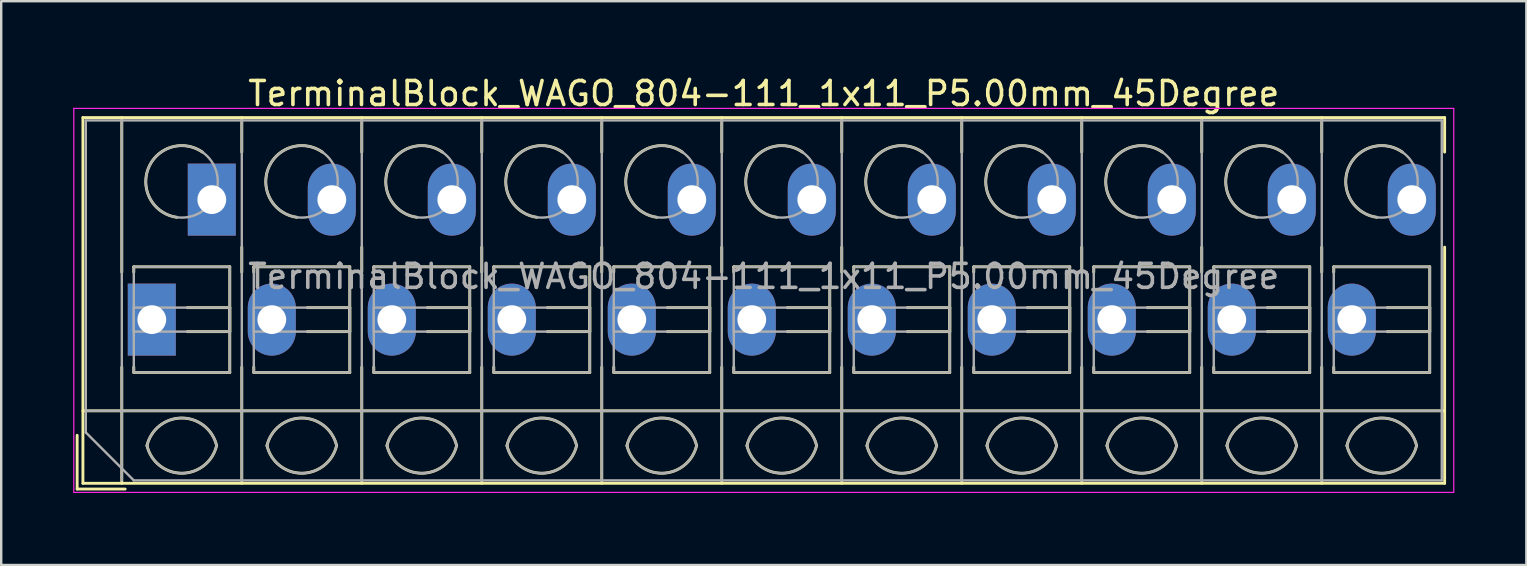
<source format=kicad_pcb>
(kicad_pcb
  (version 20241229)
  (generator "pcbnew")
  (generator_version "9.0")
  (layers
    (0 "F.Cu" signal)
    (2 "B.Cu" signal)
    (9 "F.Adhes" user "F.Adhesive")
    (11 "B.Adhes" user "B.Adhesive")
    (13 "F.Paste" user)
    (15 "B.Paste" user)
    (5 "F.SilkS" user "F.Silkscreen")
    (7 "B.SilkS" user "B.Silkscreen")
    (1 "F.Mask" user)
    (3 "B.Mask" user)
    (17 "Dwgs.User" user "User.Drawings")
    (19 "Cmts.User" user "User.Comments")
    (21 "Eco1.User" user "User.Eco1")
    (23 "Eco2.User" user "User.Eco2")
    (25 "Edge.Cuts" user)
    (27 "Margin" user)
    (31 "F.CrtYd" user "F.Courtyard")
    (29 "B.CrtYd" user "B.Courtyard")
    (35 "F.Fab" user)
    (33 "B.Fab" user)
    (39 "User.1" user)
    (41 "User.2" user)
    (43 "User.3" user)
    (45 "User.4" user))
  (footprint "TerminalBlock_WAGO_804-111_1x11_P5.00mm_45Degree"
    (layer "F.Cu")
    (at 3.275 10.268)
    (property "Reference" "TerminalBlock_WAGO_804-111_1x11_P5.00mm_45Degree" (at 25.5 -9.42 0) (layer "F.SilkS") (effects (font (size 1 1) (thickness 0.15))))
    (attr through_hole)
    (fp_line (start -3.11 4.82) (end -3.11 7.06) (stroke (width 0.12) (type solid)) (layer "F.SilkS"))
    (fp_line (start -3.11 7.06) (end -1.11 7.06) (stroke (width 0.12) (type solid)) (layer "F.SilkS"))
    (fp_line (start -2.87 -8.42) (end -2.87 6.82) (stroke (width 0.12) (type solid)) (layer "F.SilkS"))
    (fp_line (start -2.87 -8.42) (end 53.87 -8.42) (stroke (width 0.12) (type solid)) (layer "F.SilkS"))
    (fp_line (start -2.87 3.8) (end 53.87 3.8) (stroke (width 0.12) (type solid)) (layer "F.SilkS"))
    (fp_line (start -2.87 6.82) (end 53.87 6.82) (stroke (width 0.12) (type solid)) (layer "F.SilkS"))
    (fp_line (start -1.25 -8.42) (end -1.25 -1.98) (stroke (width 0.12) (type solid)) (layer "F.SilkS"))
    (fp_line (start -1.25 1.98) (end -1.25 6.82) (stroke (width 0.12) (type solid)) (layer "F.SilkS"))
    (fp_line (start -0.75 -2.2) (end -0.75 -1.98) (stroke (width 0.12) (type solid)) (layer "F.SilkS"))
    (fp_line (start -0.75 -2.2) (end 3.25 -2.2) (stroke (width 0.12) (type solid)) (layer "F.SilkS"))
    (fp_line (start -0.75 1.98) (end -0.75 2.2) (stroke (width 0.12) (type solid)) (layer "F.SilkS"))
    (fp_line (start -0.75 2.2) (end 3.25 2.2) (stroke (width 0.12) (type solid)) (layer "F.SilkS"))
    (fp_line (start 1.48 -0.5) (end 3.25 -0.5) (stroke (width 0.12) (type solid)) (layer "F.SilkS"))
    (fp_line (start 1.48 0.5) (end 3.25 0.5) (stroke (width 0.12) (type solid)) (layer "F.SilkS"))
    (fp_line (start 3.25 -2.2) (end 3.25 2.2) (stroke (width 0.12) (type solid)) (layer "F.SilkS"))
    (fp_line (start 3.25 -0.5) (end 3.25 0.5) (stroke (width 0.12) (type solid)) (layer "F.SilkS"))
    (fp_line (start 3.75 -8.42) (end 3.75 -6.98) (stroke (width 0.12) (type solid)) (layer "F.SilkS"))
    (fp_line (start 3.75 -3.02) (end 3.75 -1.98) (stroke (width 0.12) (type solid)) (layer "F.SilkS"))
    (fp_line (start 3.75 1.98) (end 3.75 6.82) (stroke (width 0.12) (type solid)) (layer "F.SilkS"))
    (fp_line (start 4.25 -2.2) (end 4.25 -1.98) (stroke (width 0.12) (type solid)) (layer "F.SilkS"))
    (fp_line (start 4.25 -2.2) (end 8.25 -2.2) (stroke (width 0.12) (type solid)) (layer "F.SilkS"))
    (fp_line (start 4.25 1.98) (end 4.25 2.2) (stroke (width 0.12) (type solid)) (layer "F.SilkS"))
    (fp_line (start 4.25 2.2) (end 8.25 2.2) (stroke (width 0.12) (type solid)) (layer "F.SilkS"))
    (fp_line (start 6.48 -0.5) (end 8.25 -0.5) (stroke (width 0.12) (type solid)) (layer "F.SilkS"))
    (fp_line (start 6.48 0.5) (end 8.25 0.5) (stroke (width 0.12) (type solid)) (layer "F.SilkS"))
    (fp_line (start 8.25 -2.2) (end 8.25 2.2) (stroke (width 0.12) (type solid)) (layer "F.SilkS"))
    (fp_line (start 8.25 -0.5) (end 8.25 0.5) (stroke (width 0.12) (type solid)) (layer "F.SilkS"))
    (fp_line (start 8.75 -8.42) (end 8.75 -6.98) (stroke (width 0.12) (type solid)) (layer "F.SilkS"))
    (fp_line (start 8.75 -3.02) (end 8.75 -1.98) (stroke (width 0.12) (type solid)) (layer "F.SilkS"))
    (fp_line (start 8.75 1.98) (end 8.75 6.82) (stroke (width 0.12) (type solid)) (layer "F.SilkS"))
    (fp_line (start 9.25 -2.2) (end 9.25 -1.98) (stroke (width 0.12) (type solid)) (layer "F.SilkS"))
    (fp_line (start 9.25 -2.2) (end 13.25 -2.2) (stroke (width 0.12) (type solid)) (layer "F.SilkS"))
    (fp_line (start 9.25 1.98) (end 9.25 2.2) (stroke (width 0.12) (type solid)) (layer "F.SilkS"))
    (fp_line (start 9.25 2.2) (end 13.25 2.2) (stroke (width 0.12) (type solid)) (layer "F.SilkS"))
    (fp_line (start 11.48 -0.5) (end 13.25 -0.5) (stroke (width 0.12) (type solid)) (layer "F.SilkS"))
    (fp_line (start 11.48 0.5) (end 13.25 0.5) (stroke (width 0.12) (type solid)) (layer "F.SilkS"))
    (fp_line (start 13.25 -2.2) (end 13.25 2.2) (stroke (width 0.12) (type solid)) (layer "F.SilkS"))
    (fp_line (start 13.25 -0.5) (end 13.25 0.5) (stroke (width 0.12) (type solid)) (layer "F.SilkS"))
    (fp_line (start 13.75 -8.42) (end 13.75 -6.98) (stroke (width 0.12) (type solid)) (layer "F.SilkS"))
    (fp_line (start 13.75 -3.02) (end 13.75 -1.98) (stroke (width 0.12) (type solid)) (layer "F.SilkS"))
    (fp_line (start 13.75 1.98) (end 13.75 6.82) (stroke (width 0.12) (type solid)) (layer "F.SilkS"))
    (fp_line (start 14.25 -2.2) (end 14.25 -1.98) (stroke (width 0.12) (type solid)) (layer "F.SilkS"))
    (fp_line (start 14.25 -2.2) (end 18.25 -2.2) (stroke (width 0.12) (type solid)) (layer "F.SilkS"))
    (fp_line (start 14.25 1.98) (end 14.25 2.2) (stroke (width 0.12) (type solid)) (layer "F.SilkS"))
    (fp_line (start 14.25 2.2) (end 18.25 2.2) (stroke (width 0.12) (type solid)) (layer "F.SilkS"))
    (fp_line (start 16.48 -0.5) (end 18.25 -0.5) (stroke (width 0.12) (type solid)) (layer "F.SilkS"))
    (fp_line (start 16.48 0.5) (end 18.25 0.5) (stroke (width 0.12) (type solid)) (layer "F.SilkS"))
    (fp_line (start 18.25 -2.2) (end 18.25 2.2) (stroke (width 0.12) (type solid)) (layer "F.SilkS"))
    (fp_line (start 18.25 -0.5) (end 18.25 0.5) (stroke (width 0.12) (type solid)) (layer "F.SilkS"))
    (fp_line (start 18.75 -8.42) (end 18.75 -6.98) (stroke (width 0.12) (type solid)) (layer "F.SilkS"))
    (fp_line (start 18.75 -3.02) (end 18.75 -1.98) (stroke (width 0.12) (type solid)) (layer "F.SilkS"))
    (fp_line (start 18.75 1.98) (end 18.75 6.82) (stroke (width 0.12) (type solid)) (layer "F.SilkS"))
    (fp_line (start 19.25 -2.2) (end 19.25 -1.98) (stroke (width 0.12) (type solid)) (layer "F.SilkS"))
    (fp_line (start 19.25 -2.2) (end 23.25 -2.2) (stroke (width 0.12) (type solid)) (layer "F.SilkS"))
    (fp_line (start 19.25 1.98) (end 19.25 2.2) (stroke (width 0.12) (type solid)) (layer "F.SilkS"))
    (fp_line (start 19.25 2.2) (end 23.25 2.2) (stroke (width 0.12) (type solid)) (layer "F.SilkS"))
    (fp_line (start 21.48 -0.5) (end 23.25 -0.5) (stroke (width 0.12) (type solid)) (layer "F.SilkS"))
    (fp_line (start 21.48 0.5) (end 23.25 0.5) (stroke (width 0.12) (type solid)) (layer "F.SilkS"))
    (fp_line (start 23.25 -2.2) (end 23.25 2.2) (stroke (width 0.12) (type solid)) (layer "F.SilkS"))
    (fp_line (start 23.25 -0.5) (end 23.25 0.5) (stroke (width 0.12) (type solid)) (layer "F.SilkS"))
    (fp_line (start 23.75 -8.42) (end 23.75 -6.98) (stroke (width 0.12) (type solid)) (layer "F.SilkS"))
    (fp_line (start 23.75 -3.02) (end 23.75 -1.98) (stroke (width 0.12) (type solid)) (layer "F.SilkS"))
    (fp_line (start 23.75 1.98) (end 23.75 6.82) (stroke (width 0.12) (type solid)) (layer "F.SilkS"))
    (fp_line (start 24.25 -2.2) (end 24.25 -1.98) (stroke (width 0.12) (type solid)) (layer "F.SilkS"))
    (fp_line (start 24.25 -2.2) (end 28.25 -2.2) (stroke (width 0.12) (type solid)) (layer "F.SilkS"))
    (fp_line (start 24.25 1.98) (end 24.25 2.2) (stroke (width 0.12) (type solid)) (layer "F.SilkS"))
    (fp_line (start 24.25 2.2) (end 28.25 2.2) (stroke (width 0.12) (type solid)) (layer "F.SilkS"))
    (fp_line (start 26.48 -0.5) (end 28.25 -0.5) (stroke (width 0.12) (type solid)) (layer "F.SilkS"))
    (fp_line (start 26.48 0.5) (end 28.25 0.5) (stroke (width 0.12) (type solid)) (layer "F.SilkS"))
    (fp_line (start 28.25 -2.2) (end 28.25 2.2) (stroke (width 0.12) (type solid)) (layer "F.SilkS"))
    (fp_line (start 28.25 -0.5) (end 28.25 0.5) (stroke (width 0.12) (type solid)) (layer "F.SilkS"))
    (fp_line (start 28.75 -8.42) (end 28.75 -6.98) (stroke (width 0.12) (type solid)) (layer "F.SilkS"))
    (fp_line (start 28.75 -3.02) (end 28.75 -1.98) (stroke (width 0.12) (type solid)) (layer "F.SilkS"))
    (fp_line (start 28.75 1.98) (end 28.75 6.82) (stroke (width 0.12) (type solid)) (layer "F.SilkS"))
    (fp_line (start 29.25 -2.2) (end 29.25 -1.98) (stroke (width 0.12) (type solid)) (layer "F.SilkS"))
    (fp_line (start 29.25 -2.2) (end 33.25 -2.2) (stroke (width 0.12) (type solid)) (layer "F.SilkS"))
    (fp_line (start 29.25 1.98) (end 29.25 2.2) (stroke (width 0.12) (type solid)) (layer "F.SilkS"))
    (fp_line (start 29.25 2.2) (end 33.25 2.2) (stroke (width 0.12) (type solid)) (layer "F.SilkS"))
    (fp_line (start 31.48 -0.5) (end 33.25 -0.5) (stroke (width 0.12) (type solid)) (layer "F.SilkS"))
    (fp_line (start 31.48 0.5) (end 33.25 0.5) (stroke (width 0.12) (type solid)) (layer "F.SilkS"))
    (fp_line (start 33.25 -2.2) (end 33.25 2.2) (stroke (width 0.12) (type solid)) (layer "F.SilkS"))
    (fp_line (start 33.25 -0.5) (end 33.25 0.5) (stroke (width 0.12) (type solid)) (layer "F.SilkS"))
    (fp_line (start 33.75 -8.42) (end 33.75 -6.98) (stroke (width 0.12) (type solid)) (layer "F.SilkS"))
    (fp_line (start 33.75 -3.02) (end 33.75 -1.98) (stroke (width 0.12) (type solid)) (layer "F.SilkS"))
    (fp_line (start 33.75 1.98) (end 33.75 6.82) (stroke (width 0.12) (type solid)) (layer "F.SilkS"))
    (fp_line (start 34.25 -2.2) (end 34.25 -1.98) (stroke (width 0.12) (type solid)) (layer "F.SilkS"))
    (fp_line (start 34.25 -2.2) (end 38.25 -2.2) (stroke (width 0.12) (type solid)) (layer "F.SilkS"))
    (fp_line (start 34.25 1.98) (end 34.25 2.2) (stroke (width 0.12) (type solid)) (layer "F.SilkS"))
    (fp_line (start 34.25 2.2) (end 38.25 2.2) (stroke (width 0.12) (type solid)) (layer "F.SilkS"))
    (fp_line (start 36.48 -0.5) (end 38.25 -0.5) (stroke (width 0.12) (type solid)) (layer "F.SilkS"))
    (fp_line (start 36.48 0.5) (end 38.25 0.5) (stroke (width 0.12) (type solid)) (layer "F.SilkS"))
    (fp_line (start 38.25 -2.2) (end 38.25 2.2) (stroke (width 0.12) (type solid)) (layer "F.SilkS"))
    (fp_line (start 38.25 -0.5) (end 38.25 0.5) (stroke (width 0.12) (type solid)) (layer "F.SilkS"))
    (fp_line (start 38.75 -8.42) (end 38.75 -6.98) (stroke (width 0.12) (type solid)) (layer "F.SilkS"))
    (fp_line (start 38.75 -3.02) (end 38.75 -1.98) (stroke (width 0.12) (type solid)) (layer "F.SilkS"))
    (fp_line (start 38.75 1.98) (end 38.75 6.82) (stroke (width 0.12) (type solid)) (layer "F.SilkS"))
    (fp_line (start 39.25 -2.2) (end 39.25 -1.98) (stroke (width 0.12) (type solid)) (layer "F.SilkS"))
    (fp_line (start 39.25 -2.2) (end 43.25 -2.2) (stroke (width 0.12) (type solid)) (layer "F.SilkS"))
    (fp_line (start 39.25 1.98) (end 39.25 2.2) (stroke (width 0.12) (type solid)) (layer "F.SilkS"))
    (fp_line (start 39.25 2.2) (end 43.25 2.2) (stroke (width 0.12) (type solid)) (layer "F.SilkS"))
    (fp_line (start 41.48 -0.5) (end 43.25 -0.5) (stroke (width 0.12) (type solid)) (layer "F.SilkS"))
    (fp_line (start 41.48 0.5) (end 43.25 0.5) (stroke (width 0.12) (type solid)) (layer "F.SilkS"))
    (fp_line (start 43.25 -2.2) (end 43.25 2.2) (stroke (width 0.12) (type solid)) (layer "F.SilkS"))
    (fp_line (start 43.25 -0.5) (end 43.25 0.5) (stroke (width 0.12) (type solid)) (layer "F.SilkS"))
    (fp_line (start 43.75 -8.42) (end 43.75 -6.98) (stroke (width 0.12) (type solid)) (layer "F.SilkS"))
    (fp_line (start 43.75 -3.02) (end 43.75 -1.98) (stroke (width 0.12) (type solid)) (layer "F.SilkS"))
    (fp_line (start 43.75 1.98) (end 43.75 6.82) (stroke (width 0.12) (type solid)) (layer "F.SilkS"))
    (fp_line (start 44.25 -2.2) (end 44.25 -1.98) (stroke (width 0.12) (type solid)) (layer "F.SilkS"))
    (fp_line (start 44.25 -2.2) (end 48.25 -2.2) (stroke (width 0.12) (type solid)) (layer "F.SilkS"))
    (fp_line (start 44.25 1.98) (end 44.25 2.2) (stroke (width 0.12) (type solid)) (layer "F.SilkS"))
    (fp_line (start 44.25 2.2) (end 48.25 2.2) (stroke (width 0.12) (type solid)) (layer "F.SilkS"))
    (fp_line (start 46.48 -0.5) (end 48.25 -0.5) (stroke (width 0.12) (type solid)) (layer "F.SilkS"))
    (fp_line (start 46.48 0.5) (end 48.25 0.5) (stroke (width 0.12) (type solid)) (layer "F.SilkS"))
    (fp_line (start 48.25 -2.2) (end 48.25 2.2) (stroke (width 0.12) (type solid)) (layer "F.SilkS"))
    (fp_line (start 48.25 -0.5) (end 48.25 0.5) (stroke (width 0.12) (type solid)) (layer "F.SilkS"))
    (fp_line (start 48.75 -8.42) (end 48.75 -6.98) (stroke (width 0.12) (type solid)) (layer "F.SilkS"))
    (fp_line (start 48.75 -3.02) (end 48.75 -1.98) (stroke (width 0.12) (type solid)) (layer "F.SilkS"))
    (fp_line (start 48.75 1.98) (end 48.75 6.82) (stroke (width 0.12) (type solid)) (layer "F.SilkS"))
    (fp_line (start 49.25 -2.2) (end 49.25 -1.98) (stroke (width 0.12) (type solid)) (layer "F.SilkS"))
    (fp_line (start 49.25 -2.2) (end 53.25 -2.2) (stroke (width 0.12) (type solid)) (layer "F.SilkS"))
    (fp_line (start 49.25 1.98) (end 49.25 2.2) (stroke (width 0.12) (type solid)) (layer "F.SilkS"))
    (fp_line (start 49.25 2.2) (end 53.25 2.2) (stroke (width 0.12) (type solid)) (layer "F.SilkS"))
    (fp_line (start 51.48 -0.5) (end 53.25 -0.5) (stroke (width 0.12) (type solid)) (layer "F.SilkS"))
    (fp_line (start 51.48 0.5) (end 53.25 0.5) (stroke (width 0.12) (type solid)) (layer "F.SilkS"))
    (fp_line (start 53.25 -2.2) (end 53.25 2.2) (stroke (width 0.12) (type solid)) (layer "F.SilkS"))
    (fp_line (start 53.25 -0.5) (end 53.25 0.5) (stroke (width 0.12) (type solid)) (layer "F.SilkS"))
    (fp_line (start 53.87 -8.42) (end 53.87 -6.98) (stroke (width 0.12) (type solid)) (layer "F.SilkS"))
    (fp_line (start 53.87 -3.02) (end 53.87 6.82) (stroke (width 0.12) (type solid)) (layer "F.SilkS"))
    (fp_arc (start -0.200865 5.250424) (mid 1.250296 4.099926) (end 2.701 5.251) (stroke (width 0.12) (type solid)) (layer "F.SilkS"))
    (fp_arc (start 1.040798 -4.264067) (mid -0.146039 -6.300306) (end 2.111 -6.979) (stroke (width 0.12) (type solid)) (layer "F.SilkS"))
    (fp_arc (start 2.7 5.25) (mid 1.250068 6.400101) (end -0.199969 5.250133) (stroke (width 0.12) (type solid)) (layer "F.SilkS"))
    (fp_arc (start 4.799135 5.250424) (mid 6.250296 4.099926) (end 7.701 5.251) (stroke (width 0.12) (type solid)) (layer "F.SilkS"))
    (fp_arc (start 6.040798 -4.264067) (mid 4.853961 -6.300306) (end 7.111 -6.979) (stroke (width 0.12) (type solid)) (layer "F.SilkS"))
    (fp_arc (start 7.7 5.25) (mid 6.250068 6.400101) (end 4.800031 5.250133) (stroke (width 0.12) (type solid)) (layer "F.SilkS"))
    (fp_arc (start 9.799135 5.250424) (mid 11.250296 4.099926) (end 12.701 5.251) (stroke (width 0.12) (type solid)) (layer "F.SilkS"))
    (fp_arc (start 11.040798 -4.264067) (mid 9.853961 -6.300306) (end 12.111 -6.979) (stroke (width 0.12) (type solid)) (layer "F.SilkS"))
    (fp_arc (start 12.7 5.25) (mid 11.250068 6.400101) (end 9.800031 5.250133) (stroke (width 0.12) (type solid)) (layer "F.SilkS"))
    (fp_arc (start 14.799135 5.250424) (mid 16.250296 4.099926) (end 17.701 5.251) (stroke (width 0.12) (type solid)) (layer "F.SilkS"))
    (fp_arc (start 16.040798 -4.264067) (mid 14.853961 -6.300306) (end 17.111 -6.979) (stroke (width 0.12) (type solid)) (layer "F.SilkS"))
    (fp_arc (start 17.7 5.25) (mid 16.250068 6.400101) (end 14.800031 5.250133) (stroke (width 0.12) (type solid)) (layer "F.SilkS"))
    (fp_arc (start 19.799135 5.250424) (mid 21.250296 4.099926) (end 22.701 5.251) (stroke (width 0.12) (type solid)) (layer "F.SilkS"))
    (fp_arc (start 21.040798 -4.264067) (mid 19.853961 -6.300306) (end 22.111 -6.979) (stroke (width 0.12) (type solid)) (layer "F.SilkS"))
    (fp_arc (start 22.7 5.25) (mid 21.250068 6.400101) (end 19.800031 5.250133) (stroke (width 0.12) (type solid)) (layer "F.SilkS"))
    (fp_arc (start 24.799135 5.250424) (mid 26.250296 4.099926) (end 27.701 5.251) (stroke (width 0.12) (type solid)) (layer "F.SilkS"))
    (fp_arc (start 26.040798 -4.264067) (mid 24.853961 -6.300306) (end 27.111 -6.979) (stroke (width 0.12) (type solid)) (layer "F.SilkS"))
    (fp_arc (start 27.7 5.25) (mid 26.250068 6.400101) (end 24.800031 5.250133) (stroke (width 0.12) (type solid)) (layer "F.SilkS"))
    (fp_arc (start 29.799135 5.250424) (mid 31.250296 4.099926) (end 32.701 5.251) (stroke (width 0.12) (type solid)) (layer "F.SilkS"))
    (fp_arc (start 31.040798 -4.264067) (mid 29.853961 -6.300306) (end 32.111 -6.979) (stroke (width 0.12) (type solid)) (layer "F.SilkS"))
    (fp_arc (start 32.701 5.25) (mid 31.250296 6.401074) (end 29.799135 5.250576) (stroke (width 0.12) (type solid)) (layer "F.SilkS"))
    (fp_arc (start 34.799135 5.250424) (mid 36.250296 4.099926) (end 37.701 5.251) (stroke (width 0.12) (type solid)) (layer "F.SilkS"))
    (fp_arc (start 36.040798 -4.264067) (mid 34.853961 -6.300306) (end 37.111 -6.979) (stroke (width 0.12) (type solid)) (layer "F.SilkS"))
    (fp_arc (start 37.7 5.25) (mid 36.250068 6.400101) (end 34.800031 5.250133) (stroke (width 0.12) (type solid)) (layer "F.SilkS"))
    (fp_arc (start 39.799135 5.250424) (mid 41.250296 4.099926) (end 42.701 5.251) (stroke (width 0.12) (type solid)) (layer "F.SilkS"))
    (fp_arc (start 41.040798 -4.264067) (mid 39.853961 -6.300306) (end 42.111 -6.979) (stroke (width 0.12) (type solid)) (layer "F.SilkS"))
    (fp_arc (start 42.7 5.25) (mid 41.250068 6.400101) (end 39.800031 5.250133) (stroke (width 0.12) (type solid)) (layer "F.SilkS"))
    (fp_arc (start 44.799135 5.250424) (mid 46.250296 4.099926) (end 47.701 5.251) (stroke (width 0.12) (type solid)) (layer "F.SilkS"))
    (fp_arc (start 46.040798 -4.264067) (mid 44.853961 -6.300306) (end 47.111 -6.979) (stroke (width 0.12) (type solid)) (layer "F.SilkS"))
    (fp_arc (start 47.7 5.25) (mid 46.250068 6.400101) (end 44.800031 5.250133) (stroke (width 0.12) (type solid)) (layer "F.SilkS"))
    (fp_arc (start 49.799135 5.250424) (mid 51.250296 4.099926) (end 52.701 5.251) (stroke (width 0.12) (type solid)) (layer "F.SilkS"))
    (fp_arc (start 51.040798 -4.264067) (mid 49.853961 -6.300306) (end 52.111 -6.979) (stroke (width 0.12) (type solid)) (layer "F.SilkS"))
    (fp_arc (start 52.7 5.25) (mid 51.250068 6.400101) (end 49.800031 5.250133) (stroke (width 0.12) (type solid)) (layer "F.SilkS"))
    (fp_line (start -3.25 -8.8) (end -3.25 7.2) (stroke (width 0.05) (type solid)) (layer "F.CrtYd"))
    (fp_line (start -3.25 7.2) (end 54.25 7.2) (stroke (width 0.05) (type solid)) (layer "F.CrtYd"))
    (fp_line (start 54.25 -8.8) (end -3.25 -8.8) (stroke (width 0.05) (type solid)) (layer "F.CrtYd"))
    (fp_line (start 54.25 7.2) (end 54.25 -8.8) (stroke (width 0.05) (type solid)) (layer "F.CrtYd"))
    (fp_line (start -2.75 -8.3) (end 53.75 -8.3) (stroke (width 0.1) (type solid)) (layer "F.Fab"))
    (fp_line (start -2.75 3.8) (end 53.75 3.8) (stroke (width 0.1) (type solid)) (layer "F.Fab"))
    (fp_line (start -2.75 4.7) (end -2.75 -8.3) (stroke (width 0.1) (type solid)) (layer "F.Fab"))
    (fp_line (start -1.25 -8.3) (end -1.25 6.7) (stroke (width 0.1) (type solid)) (layer "F.Fab"))
    (fp_line (start -0.75 -2.2) (end -0.75 2.2) (stroke (width 0.1) (type solid)) (layer "F.Fab"))
    (fp_line (start -0.75 -0.5) (end -0.75 0.5) (stroke (width 0.1) (type solid)) (layer "F.Fab"))
    (fp_line (start -0.75 0.5) (end 3.25 0.5) (stroke (width 0.1) (type solid)) (layer "F.Fab"))
    (fp_line (start -0.75 2.2) (end 3.25 2.2) (stroke (width 0.1) (type solid)) (layer "F.Fab"))
    (fp_line (start -0.75 6.7) (end -2.75 4.7) (stroke (width 0.1) (type solid)) (layer "F.Fab"))
    (fp_line (start 3.25 -2.2) (end -0.75 -2.2) (stroke (width 0.1) (type solid)) (layer "F.Fab"))
    (fp_line (start 3.25 -0.5) (end -0.75 -0.5) (stroke (width 0.1) (type solid)) (layer "F.Fab"))
    (fp_line (start 3.25 0.5) (end 3.25 -0.5) (stroke (width 0.1) (type solid)) (layer "F.Fab"))
    (fp_line (start 3.25 2.2) (end 3.25 -2.2) (stroke (width 0.1) (type solid)) (layer "F.Fab"))
    (fp_line (start 3.75 -8.3) (end 3.75 6.7) (stroke (width 0.1) (type solid)) (layer "F.Fab"))
    (fp_line (start 4.25 -2.2) (end 4.25 2.2) (stroke (width 0.1) (type solid)) (layer "F.Fab"))
    (fp_line (start 4.25 -0.5) (end 4.25 0.5) (stroke (width 0.1) (type solid)) (layer "F.Fab"))
    (fp_line (start 4.25 0.5) (end 8.25 0.5) (stroke (width 0.1) (type solid)) (layer "F.Fab"))
    (fp_line (start 4.25 2.2) (end 8.25 2.2) (stroke (width 0.1) (type solid)) (layer "F.Fab"))
    (fp_line (start 8.25 -2.2) (end 4.25 -2.2) (stroke (width 0.1) (type solid)) (layer "F.Fab"))
    (fp_line (start 8.25 -0.5) (end 4.25 -0.5) (stroke (width 0.1) (type solid)) (layer "F.Fab"))
    (fp_line (start 8.25 0.5) (end 8.25 -0.5) (stroke (width 0.1) (type solid)) (layer "F.Fab"))
    (fp_line (start 8.25 2.2) (end 8.25 -2.2) (stroke (width 0.1) (type solid)) (layer "F.Fab"))
    (fp_line (start 8.75 -8.3) (end 8.75 6.7) (stroke (width 0.1) (type solid)) (layer "F.Fab"))
    (fp_line (start 9.25 -2.2) (end 9.25 2.2) (stroke (width 0.1) (type solid)) (layer "F.Fab"))
    (fp_line (start 9.25 -0.5) (end 9.25 0.5) (stroke (width 0.1) (type solid)) (layer "F.Fab"))
    (fp_line (start 9.25 0.5) (end 13.25 0.5) (stroke (width 0.1) (type solid)) (layer "F.Fab"))
    (fp_line (start 9.25 2.2) (end 13.25 2.2) (stroke (width 0.1) (type solid)) (layer "F.Fab"))
    (fp_line (start 13.25 -2.2) (end 9.25 -2.2) (stroke (width 0.1) (type solid)) (layer "F.Fab"))
    (fp_line (start 13.25 -0.5) (end 9.25 -0.5) (stroke (width 0.1) (type solid)) (layer "F.Fab"))
    (fp_line (start 13.25 0.5) (end 13.25 -0.5) (stroke (width 0.1) (type solid)) (layer "F.Fab"))
    (fp_line (start 13.25 2.2) (end 13.25 -2.2) (stroke (width 0.1) (type solid)) (layer "F.Fab"))
    (fp_line (start 13.75 -8.3) (end 13.75 6.7) (stroke (width 0.1) (type solid)) (layer "F.Fab"))
    (fp_line (start 14.25 -2.2) (end 14.25 2.2) (stroke (width 0.1) (type solid)) (layer "F.Fab"))
    (fp_line (start 14.25 -0.5) (end 14.25 0.5) (stroke (width 0.1) (type solid)) (layer "F.Fab"))
    (fp_line (start 14.25 0.5) (end 18.25 0.5) (stroke (width 0.1) (type solid)) (layer "F.Fab"))
    (fp_line (start 14.25 2.2) (end 18.25 2.2) (stroke (width 0.1) (type solid)) (layer "F.Fab"))
    (fp_line (start 18.25 -2.2) (end 14.25 -2.2) (stroke (width 0.1) (type solid)) (layer "F.Fab"))
    (fp_line (start 18.25 -0.5) (end 14.25 -0.5) (stroke (width 0.1) (type solid)) (layer "F.Fab"))
    (fp_line (start 18.25 0.5) (end 18.25 -0.5) (stroke (width 0.1) (type solid)) (layer "F.Fab"))
    (fp_line (start 18.25 2.2) (end 18.25 -2.2) (stroke (width 0.1) (type solid)) (layer "F.Fab"))
    (fp_line (start 18.75 -8.3) (end 18.75 6.7) (stroke (width 0.1) (type solid)) (layer "F.Fab"))
    (fp_line (start 19.25 -2.2) (end 19.25 2.2) (stroke (width 0.1) (type solid)) (layer "F.Fab"))
    (fp_line (start 19.25 -0.5) (end 19.25 0.5) (stroke (width 0.1) (type solid)) (layer "F.Fab"))
    (fp_line (start 19.25 0.5) (end 23.25 0.5) (stroke (width 0.1) (type solid)) (layer "F.Fab"))
    (fp_line (start 19.25 2.2) (end 23.25 2.2) (stroke (width 0.1) (type solid)) (layer "F.Fab"))
    (fp_line (start 23.25 -2.2) (end 19.25 -2.2) (stroke (width 0.1) (type solid)) (layer "F.Fab"))
    (fp_line (start 23.25 -0.5) (end 19.25 -0.5) (stroke (width 0.1) (type solid)) (layer "F.Fab"))
    (fp_line (start 23.25 0.5) (end 23.25 -0.5) (stroke (width 0.1) (type solid)) (layer "F.Fab"))
    (fp_line (start 23.25 2.2) (end 23.25 -2.2) (stroke (width 0.1) (type solid)) (layer "F.Fab"))
    (fp_line (start 23.75 -8.3) (end 23.75 6.7) (stroke (width 0.1) (type solid)) (layer "F.Fab"))
    (fp_line (start 24.25 -2.2) (end 24.25 2.2) (stroke (width 0.1) (type solid)) (layer "F.Fab"))
    (fp_line (start 24.25 -0.5) (end 24.25 0.5) (stroke (width 0.1) (type solid)) (layer "F.Fab"))
    (fp_line (start 24.25 0.5) (end 28.25 0.5) (stroke (width 0.1) (type solid)) (layer "F.Fab"))
    (fp_line (start 24.25 2.2) (end 28.25 2.2) (stroke (width 0.1) (type solid)) (layer "F.Fab"))
    (fp_line (start 28.25 -2.2) (end 24.25 -2.2) (stroke (width 0.1) (type solid)) (layer "F.Fab"))
    (fp_line (start 28.25 -0.5) (end 24.25 -0.5) (stroke (width 0.1) (type solid)) (layer "F.Fab"))
    (fp_line (start 28.25 0.5) (end 28.25 -0.5) (stroke (width 0.1) (type solid)) (layer "F.Fab"))
    (fp_line (start 28.25 2.2) (end 28.25 -2.2) (stroke (width 0.1) (type solid)) (layer "F.Fab"))
    (fp_line (start 28.75 -8.3) (end 28.75 6.7) (stroke (width 0.1) (type solid)) (layer "F.Fab"))
    (fp_line (start 29.25 -2.2) (end 29.25 2.2) (stroke (width 0.1) (type solid)) (layer "F.Fab"))
    (fp_line (start 29.25 -0.5) (end 29.25 0.5) (stroke (width 0.1) (type solid)) (layer "F.Fab"))
    (fp_line (start 29.25 0.5) (end 33.25 0.5) (stroke (width 0.1) (type solid)) (layer "F.Fab"))
    (fp_line (start 29.25 2.2) (end 33.25 2.2) (stroke (width 0.1) (type solid)) (layer "F.Fab"))
    (fp_line (start 33.25 -2.2) (end 29.25 -2.2) (stroke (width 0.1) (type solid)) (layer "F.Fab"))
    (fp_line (start 33.25 -0.5) (end 29.25 -0.5) (stroke (width 0.1) (type solid)) (layer "F.Fab"))
    (fp_line (start 33.25 0.5) (end 33.25 -0.5) (stroke (width 0.1) (type solid)) (layer "F.Fab"))
    (fp_line (start 33.25 2.2) (end 33.25 -2.2) (stroke (width 0.1) (type solid)) (layer "F.Fab"))
    (fp_line (start 33.75 -8.3) (end 33.75 6.7) (stroke (width 0.1) (type solid)) (layer "F.Fab"))
    (fp_line (start 34.25 -2.2) (end 34.25 2.2) (stroke (width 0.1) (type solid)) (layer "F.Fab"))
    (fp_line (start 34.25 -0.5) (end 34.25 0.5) (stroke (width 0.1) (type solid)) (layer "F.Fab"))
    (fp_line (start 34.25 0.5) (end 38.25 0.5) (stroke (width 0.1) (type solid)) (layer "F.Fab"))
    (fp_line (start 34.25 2.2) (end 38.25 2.2) (stroke (width 0.1) (type solid)) (layer "F.Fab"))
    (fp_line (start 38.25 -2.2) (end 34.25 -2.2) (stroke (width 0.1) (type solid)) (layer "F.Fab"))
    (fp_line (start 38.25 -0.5) (end 34.25 -0.5) (stroke (width 0.1) (type solid)) (layer "F.Fab"))
    (fp_line (start 38.25 0.5) (end 38.25 -0.5) (stroke (width 0.1) (type solid)) (layer "F.Fab"))
    (fp_line (start 38.25 2.2) (end 38.25 -2.2) (stroke (width 0.1) (type solid)) (layer "F.Fab"))
    (fp_line (start 38.75 -8.3) (end 38.75 6.7) (stroke (width 0.1) (type solid)) (layer "F.Fab"))
    (fp_line (start 39.25 -2.2) (end 39.25 2.2) (stroke (width 0.1) (type solid)) (layer "F.Fab"))
    (fp_line (start 39.25 -0.5) (end 39.25 0.5) (stroke (width 0.1) (type solid)) (layer "F.Fab"))
    (fp_line (start 39.25 0.5) (end 43.25 0.5) (stroke (width 0.1) (type solid)) (layer "F.Fab"))
    (fp_line (start 39.25 2.2) (end 43.25 2.2) (stroke (width 0.1) (type solid)) (layer "F.Fab"))
    (fp_line (start 43.25 -2.2) (end 39.25 -2.2) (stroke (width 0.1) (type solid)) (layer "F.Fab"))
    (fp_line (start 43.25 -0.5) (end 39.25 -0.5) (stroke (width 0.1) (type solid)) (layer "F.Fab"))
    (fp_line (start 43.25 0.5) (end 43.25 -0.5) (stroke (width 0.1) (type solid)) (layer "F.Fab"))
    (fp_line (start 43.25 2.2) (end 43.25 -2.2) (stroke (width 0.1) (type solid)) (layer "F.Fab"))
    (fp_line (start 43.75 -8.3) (end 43.75 6.7) (stroke (width 0.1) (type solid)) (layer "F.Fab"))
    (fp_line (start 44.25 -2.2) (end 44.25 2.2) (stroke (width 0.1) (type solid)) (layer "F.Fab"))
    (fp_line (start 44.25 -0.5) (end 44.25 0.5) (stroke (width 0.1) (type solid)) (layer "F.Fab"))
    (fp_line (start 44.25 0.5) (end 48.25 0.5) (stroke (width 0.1) (type solid)) (layer "F.Fab"))
    (fp_line (start 44.25 2.2) (end 48.25 2.2) (stroke (width 0.1) (type solid)) (layer "F.Fab"))
    (fp_line (start 48.25 -2.2) (end 44.25 -2.2) (stroke (width 0.1) (type solid)) (layer "F.Fab"))
    (fp_line (start 48.25 -0.5) (end 44.25 -0.5) (stroke (width 0.1) (type solid)) (layer "F.Fab"))
    (fp_line (start 48.25 0.5) (end 48.25 -0.5) (stroke (width 0.1) (type solid)) (layer "F.Fab"))
    (fp_line (start 48.25 2.2) (end 48.25 -2.2) (stroke (width 0.1) (type solid)) (layer "F.Fab"))
    (fp_line (start 48.75 -8.3) (end 48.75 6.7) (stroke (width 0.1) (type solid)) (layer "F.Fab"))
    (fp_line (start 49.25 -2.2) (end 49.25 2.2) (stroke (width 0.1) (type solid)) (layer "F.Fab"))
    (fp_line (start 49.25 -0.5) (end 49.25 0.5) (stroke (width 0.1) (type solid)) (layer "F.Fab"))
    (fp_line (start 49.25 0.5) (end 53.25 0.5) (stroke (width 0.1) (type solid)) (layer "F.Fab"))
    (fp_line (start 49.25 2.2) (end 53.25 2.2) (stroke (width 0.1) (type solid)) (layer "F.Fab"))
    (fp_line (start 53.25 -2.2) (end 49.25 -2.2) (stroke (width 0.1) (type solid)) (layer "F.Fab"))
    (fp_line (start 53.25 -0.5) (end 49.25 -0.5) (stroke (width 0.1) (type solid)) (layer "F.Fab"))
    (fp_line (start 53.25 0.5) (end 53.25 -0.5) (stroke (width 0.1) (type solid)) (layer "F.Fab"))
    (fp_line (start 53.25 2.2) (end 53.25 -2.2) (stroke (width 0.1) (type solid)) (layer "F.Fab"))
    (fp_line (start 53.75 -8.3) (end 53.75 6.7) (stroke (width 0.1) (type solid)) (layer "F.Fab"))
    (fp_line (start 53.75 6.7) (end -0.75 6.7) (stroke (width 0.1) (type solid)) (layer "F.Fab"))
    (fp_arc (start -0.200865 5.250424) (mid 1.250296 4.099926) (end 2.701 5.251) (stroke (width 0.1) (type solid)) (layer "F.Fab"))
    (fp_arc (start 2.7 5.25) (mid 1.250068 6.400101) (end -0.199969 5.250133) (stroke (width 0.1) (type solid)) (layer "F.Fab"))
    (fp_arc (start 4.799135 5.250424) (mid 6.250296 4.099926) (end 7.701 5.251) (stroke (width 0.1) (type solid)) (layer "F.Fab"))
    (fp_arc (start 7.7 5.25) (mid 6.250068 6.400101) (end 4.800031 5.250133) (stroke (width 0.1) (type solid)) (layer "F.Fab"))
    (fp_arc (start 9.799135 5.250424) (mid 11.250296 4.099926) (end 12.701 5.251) (stroke (width 0.1) (type solid)) (layer "F.Fab"))
    (fp_arc (start 12.7 5.25) (mid 11.250068 6.400101) (end 9.800031 5.250133) (stroke (width 0.1) (type solid)) (layer "F.Fab"))
    (fp_arc (start 14.799135 5.250424) (mid 16.250296 4.099926) (end 17.701 5.251) (stroke (width 0.1) (type solid)) (layer "F.Fab"))
    (fp_arc (start 17.7 5.25) (mid 16.250068 6.400101) (end 14.800031 5.250133) (stroke (width 0.1) (type solid)) (layer "F.Fab"))
    (fp_arc (start 19.799135 5.250424) (mid 21.250296 4.099926) (end 22.701 5.251) (stroke (width 0.1) (type solid)) (layer "F.Fab"))
    (fp_arc (start 22.7 5.25) (mid 21.250068 6.400101) (end 19.800031 5.250133) (stroke (width 0.1) (type solid)) (layer "F.Fab"))
    (fp_arc (start 24.799135 5.250424) (mid 26.250296 4.099926) (end 27.701 5.251) (stroke (width 0.1) (type solid)) (layer "F.Fab"))
    (fp_arc (start 27.7 5.25) (mid 26.250068 6.400101) (end 24.800031 5.250133) (stroke (width 0.1) (type solid)) (layer "F.Fab"))
    (fp_arc (start 29.799135 5.250424) (mid 31.250296 4.099926) (end 32.701 5.251) (stroke (width 0.1) (type solid)) (layer "F.Fab"))
    (fp_arc (start 32.701 5.25) (mid 31.250296 6.401074) (end 29.799135 5.250576) (stroke (width 0.1) (type solid)) (layer "F.Fab"))
    (fp_arc (start 34.799135 5.250424) (mid 36.250296 4.099926) (end 37.701 5.251) (stroke (width 0.1) (type solid)) (layer "F.Fab"))
    (fp_arc (start 37.7 5.25) (mid 36.250068 6.400101) (end 34.800031 5.250133) (stroke (width 0.1) (type solid)) (layer "F.Fab"))
    (fp_arc (start 39.799135 5.250424) (mid 41.250296 4.099926) (end 42.701 5.251) (stroke (width 0.1) (type solid)) (layer "F.Fab"))
    (fp_arc (start 42.7 5.25) (mid 41.250068 6.400101) (end 39.800031 5.250133) (stroke (width 0.1) (type solid)) (layer "F.Fab"))
    (fp_arc (start 44.799135 5.250424) (mid 46.250296 4.099926) (end 47.701 5.251) (stroke (width 0.1) (type solid)) (layer "F.Fab"))
    (fp_arc (start 47.7 5.25) (mid 46.250068 6.400101) (end 44.800031 5.250133) (stroke (width 0.1) (type solid)) (layer "F.Fab"))
    (fp_arc (start 49.799135 5.250424) (mid 51.250296 4.099926) (end 52.701 5.251) (stroke (width 0.1) (type solid)) (layer "F.Fab"))
    (fp_arc (start 52.7 5.25) (mid 51.250068 6.400101) (end 49.800031 5.250133) (stroke (width 0.1) (type solid)) (layer "F.Fab"))
    (fp_circle (center 1.25 -5.75) (end 2.75 -5.75) (stroke (width 0.1) (type solid)) (fill no) (layer "F.Fab"))
    (fp_circle (center 6.25 -5.75) (end 7.75 -5.75) (stroke (width 0.1) (type solid)) (fill no) (layer "F.Fab"))
    (fp_circle (center 11.25 -5.75) (end 12.75 -5.75) (stroke (width 0.1) (type solid)) (fill no) (layer "F.Fab"))
    (fp_circle (center 16.25 -5.75) (end 17.75 -5.75) (stroke (width 0.1) (type solid)) (fill no) (layer "F.Fab"))
    (fp_circle (center 21.25 -5.75) (end 22.75 -5.75) (stroke (width 0.1) (type solid)) (fill no) (layer "F.Fab"))
    (fp_circle (center 26.25 -5.75) (end 27.75 -5.75) (stroke (width 0.1) (type solid)) (fill no) (layer "F.Fab"))
    (fp_circle (center 31.25 -5.75) (end 32.75 -5.75) (stroke (width 0.1) (type solid)) (fill no) (layer "F.Fab"))
    (fp_circle (center 36.25 -5.75) (end 37.75 -5.75) (stroke (width 0.1) (type solid)) (fill no) (layer "F.Fab"))
    (fp_circle (center 41.25 -5.75) (end 42.75 -5.75) (stroke (width 0.1) (type solid)) (fill no) (layer "F.Fab"))
    (fp_circle (center 46.25 -5.75) (end 47.75 -5.75) (stroke (width 0.1) (type solid)) (fill no) (layer "F.Fab"))
    (fp_circle (center 51.25 -5.75) (end 52.75 -5.75) (stroke (width 0.1) (type solid)) (fill no) (layer "F.Fab"))
    (fp_text user "${REFERENCE}" (at 25.5 -1.8 0) (layer "F.Fab") (effects (font (size 1 1) (thickness 0.15))))
    (pad "1" thru_hole rect (at 0 0) (size 2 3) (drill 1.2) (layers "*.Cu" "*.Mask"))
    (pad "1" thru_hole rect (at 2.5 -5) (size 2 3) (drill 1.2) (layers "*.Cu" "*.Mask"))
    (pad "2" thru_hole oval (at 5 0) (size 2 3) (drill 1.2) (layers "*.Cu" "*.Mask"))
    (pad "2" thru_hole oval (at 7.5 -5) (size 2 3) (drill 1.2) (layers "*.Cu" "*.Mask"))
    (pad "3" thru_hole oval (at 10 0) (size 2 3) (drill 1.2) (layers "*.Cu" "*.Mask"))
    (pad "3" thru_hole oval (at 12.5 -5) (size 2 3) (drill 1.2) (layers "*.Cu" "*.Mask"))
    (pad "4" thru_hole oval (at 15 0) (size 2 3) (drill 1.2) (layers "*.Cu" "*.Mask"))
    (pad "4" thru_hole oval (at 17.5 -5) (size 2 3) (drill 1.2) (layers "*.Cu" "*.Mask"))
    (pad "5" thru_hole oval (at 20 0) (size 2 3) (drill 1.2) (layers "*.Cu" "*.Mask"))
    (pad "5" thru_hole oval (at 22.5 -5) (size 2 3) (drill 1.2) (layers "*.Cu" "*.Mask"))
    (pad "6" thru_hole oval (at 25 0) (size 2 3) (drill 1.2) (layers "*.Cu" "*.Mask"))
    (pad "6" thru_hole oval (at 27.5 -5) (size 2 3) (drill 1.2) (layers "*.Cu" "*.Mask"))
    (pad "7" thru_hole oval (at 30 0) (size 2 3) (drill 1.2) (layers "*.Cu" "*.Mask"))
    (pad "7" thru_hole oval (at 32.5 -5) (size 2 3) (drill 1.2) (layers "*.Cu" "*.Mask"))
    (pad "8" thru_hole oval (at 35 0) (size 2 3) (drill 1.2) (layers "*.Cu" "*.Mask"))
    (pad "8" thru_hole oval (at 37.5 -5) (size 2 3) (drill 1.2) (layers "*.Cu" "*.Mask"))
    (pad "9" thru_hole oval (at 40 0) (size 2 3) (drill 1.2) (layers "*.Cu" "*.Mask"))
    (pad "9" thru_hole oval (at 42.5 -5) (size 2 3) (drill 1.2) (layers "*.Cu" "*.Mask"))
    (pad "10" thru_hole oval (at 45 0) (size 2 3) (drill 1.2) (layers "*.Cu" "*.Mask"))
    (pad "10" thru_hole oval (at 47.5 -5) (size 2 3) (drill 1.2) (layers "*.Cu" "*.Mask"))
    (pad "11" thru_hole oval (at 50 0) (size 2 3) (drill 1.2) (layers "*.Cu" "*.Mask"))
    (pad "11" thru_hole oval (at 52.5 -5) (size 2 3) (drill 1.2) (layers "*.Cu" "*.Mask")))
  (gr_rect
    (start -3 -3)
    (end 60.55 20.493)
    (stroke (width 0.1) (type default))
    (fill no)
    (layer "Edge.Cuts")))
</source>
